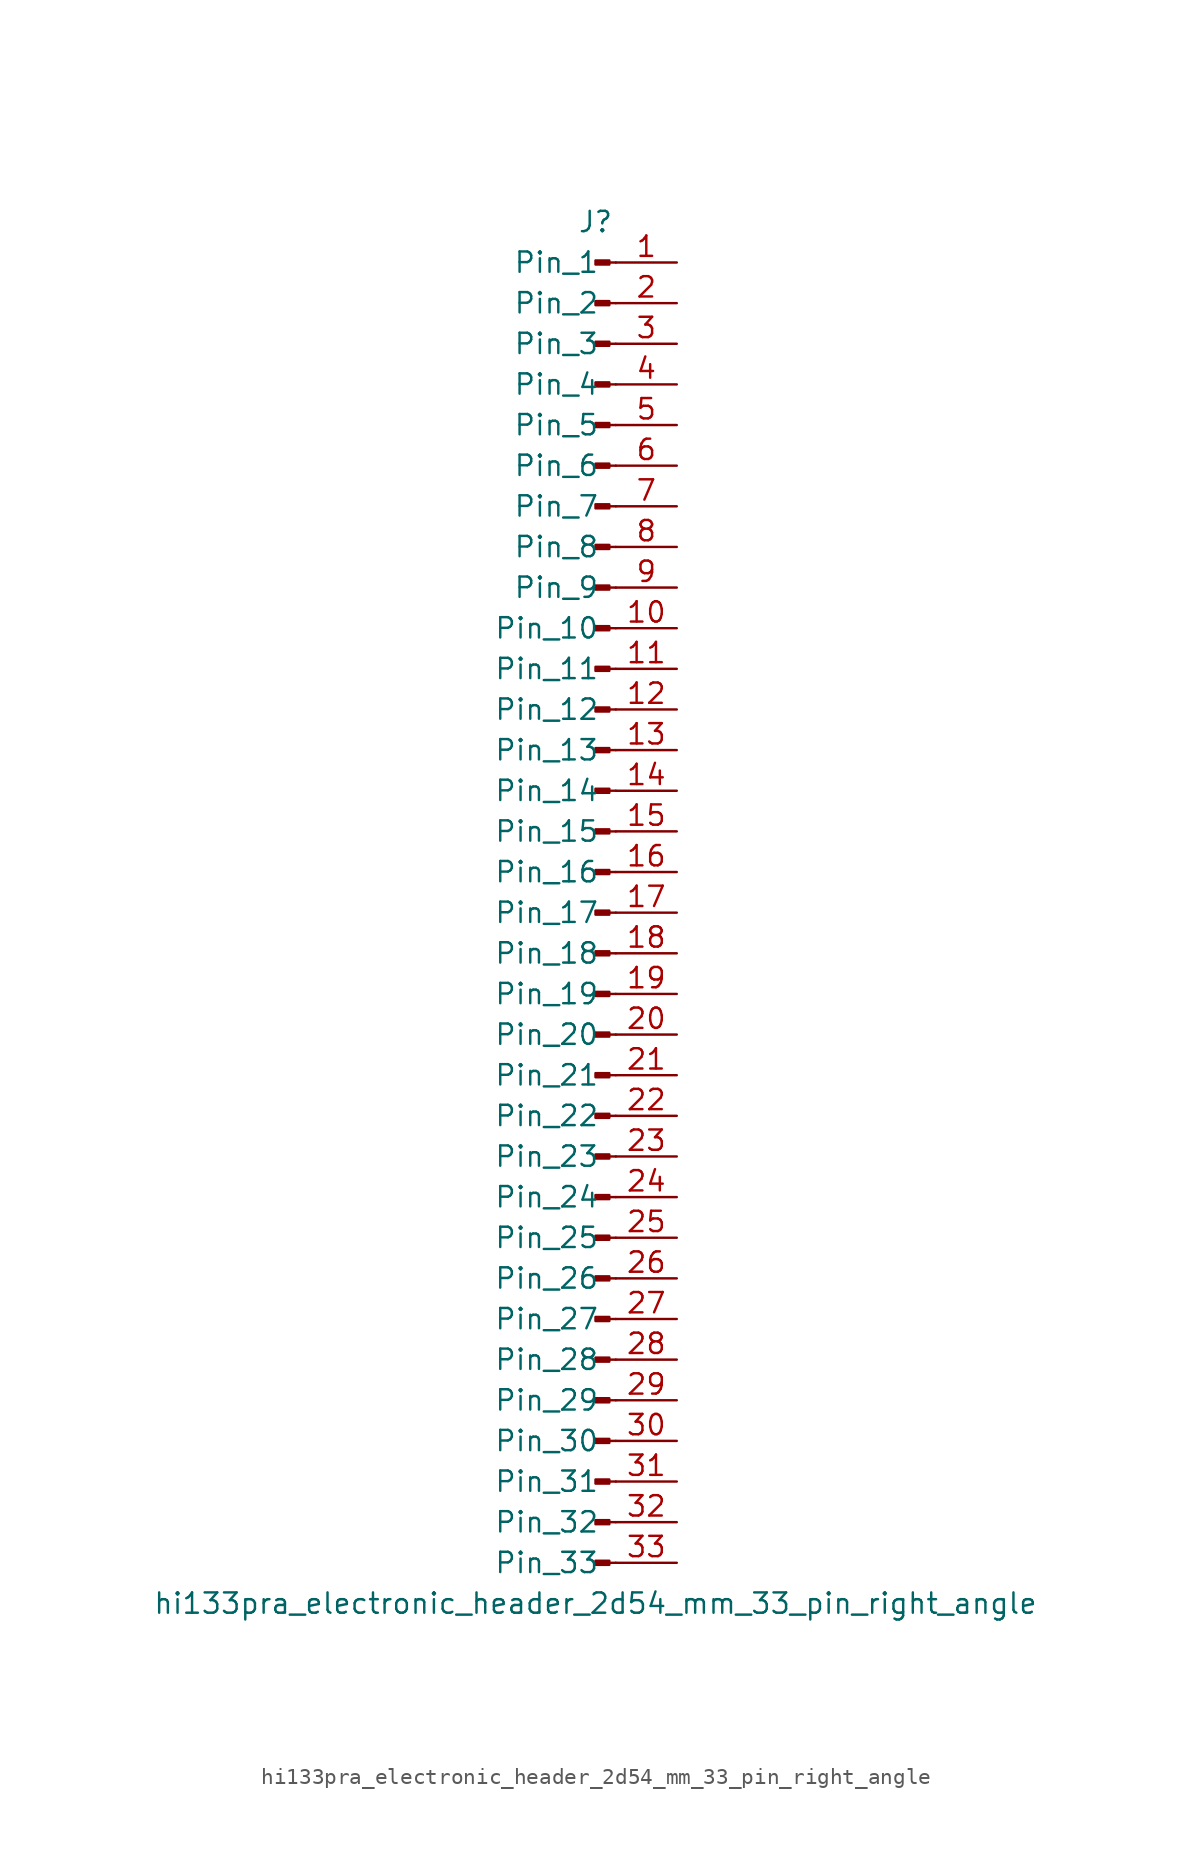
<source format=kicad_sym>
(kicad_symbol_lib
  (version 20220914)
  (generator kicad_symbol_editor)
  (symbol "hi133pra_electronic_header_2d54_mm_33_pin_right_angle"
    (pin_names
      (offset 1.016))
    (property "Reference" "J"
      (at 0 43.18 0)
      (effects (font (size 1.27 1.27))))
    (property "Value" "hi133pra_electronic_header_2d54_mm_33_pin_right_angle"
      (at 0 -43.18 0)
      (effects (font (size 1.27 1.27))))
    (property "ki_locked" ""
      (at 0 0 0)
      (effects (font (size 1.27 1.27))))
    (symbol "hi133pra_electronic_header_2d54_mm_33_pin_right_angle_1_1"
      (polyline (pts (xy 1.27 -40.64) (xy 0.864 -40.64)) (stroke (width 0.152) (type default)) (fill (type none)))
      (polyline (pts (xy 1.27 -38.1) (xy 0.864 -38.1)) (stroke (width 0.152) (type default)) (fill (type none)))
      (polyline (pts (xy 1.27 -35.56) (xy 0.864 -35.56)) (stroke (width 0.152) (type default)) (fill (type none)))
      (polyline (pts (xy 1.27 -33.02) (xy 0.864 -33.02)) (stroke (width 0.152) (type default)) (fill (type none)))
      (polyline (pts (xy 1.27 -30.48) (xy 0.864 -30.48)) (stroke (width 0.152) (type default)) (fill (type none)))
      (polyline (pts (xy 1.27 -27.94) (xy 0.864 -27.94)) (stroke (width 0.152) (type default)) (fill (type none)))
      (polyline (pts (xy 1.27 -25.4) (xy 0.864 -25.4)) (stroke (width 0.152) (type default)) (fill (type none)))
      (polyline (pts (xy 1.27 -22.86) (xy 0.864 -22.86)) (stroke (width 0.152) (type default)) (fill (type none)))
      (polyline (pts (xy 1.27 -20.32) (xy 0.864 -20.32)) (stroke (width 0.152) (type default)) (fill (type none)))
      (polyline (pts (xy 1.27 -17.78) (xy 0.864 -17.78)) (stroke (width 0.152) (type default)) (fill (type none)))
      (polyline (pts (xy 1.27 -15.24) (xy 0.864 -15.24)) (stroke (width 0.152) (type default)) (fill (type none)))
      (polyline (pts (xy 1.27 -12.7) (xy 0.864 -12.7)) (stroke (width 0.152) (type default)) (fill (type none)))
      (polyline (pts (xy 1.27 -10.16) (xy 0.864 -10.16)) (stroke (width 0.152) (type default)) (fill (type none)))
      (polyline (pts (xy 1.27 -7.62) (xy 0.864 -7.62)) (stroke (width 0.152) (type default)) (fill (type none)))
      (polyline (pts (xy 1.27 -5.08) (xy 0.864 -5.08)) (stroke (width 0.152) (type default)) (fill (type none)))
      (polyline (pts (xy 1.27 -2.54) (xy 0.864 -2.54)) (stroke (width 0.152) (type default)) (fill (type none)))
      (polyline (pts (xy 1.27 0) (xy 0.864 0)) (stroke (width 0.152) (type default)) (fill (type none)))
      (polyline (pts (xy 1.27 2.54) (xy 0.864 2.54)) (stroke (width 0.152) (type default)) (fill (type none)))
      (polyline (pts (xy 1.27 5.08) (xy 0.864 5.08)) (stroke (width 0.152) (type default)) (fill (type none)))
      (polyline (pts (xy 1.27 7.62) (xy 0.864 7.62)) (stroke (width 0.152) (type default)) (fill (type none)))
      (polyline (pts (xy 1.27 10.16) (xy 0.864 10.16)) (stroke (width 0.152) (type default)) (fill (type none)))
      (polyline (pts (xy 1.27 12.7) (xy 0.864 12.7)) (stroke (width 0.152) (type default)) (fill (type none)))
      (polyline (pts (xy 1.27 15.24) (xy 0.864 15.24)) (stroke (width 0.152) (type default)) (fill (type none)))
      (polyline (pts (xy 1.27 17.78) (xy 0.864 17.78)) (stroke (width 0.152) (type default)) (fill (type none)))
      (polyline (pts (xy 1.27 20.32) (xy 0.864 20.32)) (stroke (width 0.152) (type default)) (fill (type none)))
      (polyline (pts (xy 1.27 22.86) (xy 0.864 22.86)) (stroke (width 0.152) (type default)) (fill (type none)))
      (polyline (pts (xy 1.27 25.4) (xy 0.864 25.4)) (stroke (width 0.152) (type default)) (fill (type none)))
      (polyline (pts (xy 1.27 27.94) (xy 0.864 27.94)) (stroke (width 0.152) (type default)) (fill (type none)))
      (polyline (pts (xy 1.27 30.48) (xy 0.864 30.48)) (stroke (width 0.152) (type default)) (fill (type none)))
      (polyline (pts (xy 1.27 33.02) (xy 0.864 33.02)) (stroke (width 0.152) (type default)) (fill (type none)))
      (polyline (pts (xy 1.27 35.56) (xy 0.864 35.56)) (stroke (width 0.152) (type default)) (fill (type none)))
      (polyline (pts (xy 1.27 38.1) (xy 0.864 38.1)) (stroke (width 0.152) (type default)) (fill (type none)))
      (polyline (pts (xy 1.27 40.64) (xy 0.864 40.64)) (stroke (width 0.152) (type default)) (fill (type none)))
      (rectangle (start 0.864 -40.513) (end 0 -40.767) (stroke (width 0.152) (type default)) (fill (type outline)))
      (rectangle (start 0.864 -37.973) (end 0 -38.227) (stroke (width 0.152) (type default)) (fill (type outline)))
      (rectangle (start 0.864 -35.433) (end 0 -35.687) (stroke (width 0.152) (type default)) (fill (type outline)))
      (rectangle (start 0.864 -32.893) (end 0 -33.147) (stroke (width 0.152) (type default)) (fill (type outline)))
      (rectangle (start 0.864 -30.353) (end 0 -30.607) (stroke (width 0.152) (type default)) (fill (type outline)))
      (rectangle (start 0.864 -27.813) (end 0 -28.067) (stroke (width 0.152) (type default)) (fill (type outline)))
      (rectangle (start 0.864 -25.273) (end 0 -25.527) (stroke (width 0.152) (type default)) (fill (type outline)))
      (rectangle (start 0.864 -22.733) (end 0 -22.987) (stroke (width 0.152) (type default)) (fill (type outline)))
      (rectangle (start 0.864 -20.193) (end 0 -20.447) (stroke (width 0.152) (type default)) (fill (type outline)))
      (rectangle (start 0.864 -17.653) (end 0 -17.907) (stroke (width 0.152) (type default)) (fill (type outline)))
      (rectangle (start 0.864 -15.113) (end 0 -15.367) (stroke (width 0.152) (type default)) (fill (type outline)))
      (rectangle (start 0.864 -12.573) (end 0 -12.827) (stroke (width 0.152) (type default)) (fill (type outline)))
      (rectangle (start 0.864 -10.033) (end 0 -10.287) (stroke (width 0.152) (type default)) (fill (type outline)))
      (rectangle (start 0.864 -7.493) (end 0 -7.747) (stroke (width 0.152) (type default)) (fill (type outline)))
      (rectangle (start 0.864 -4.953) (end 0 -5.207) (stroke (width 0.152) (type default)) (fill (type outline)))
      (rectangle (start 0.864 -2.413) (end 0 -2.667) (stroke (width 0.152) (type default)) (fill (type outline)))
      (rectangle (start 0.864 0.127) (end 0 -0.127) (stroke (width 0.152) (type default)) (fill (type outline)))
      (rectangle (start 0.864 2.667) (end 0 2.413) (stroke (width 0.152) (type default)) (fill (type outline)))
      (rectangle (start 0.864 5.207) (end 0 4.953) (stroke (width 0.152) (type default)) (fill (type outline)))
      (rectangle (start 0.864 7.747) (end 0 7.493) (stroke (width 0.152) (type default)) (fill (type outline)))
      (rectangle (start 0.864 10.287) (end 0 10.033) (stroke (width 0.152) (type default)) (fill (type outline)))
      (rectangle (start 0.864 12.827) (end 0 12.573) (stroke (width 0.152) (type default)) (fill (type outline)))
      (rectangle (start 0.864 15.367) (end 0 15.113) (stroke (width 0.152) (type default)) (fill (type outline)))
      (rectangle (start 0.864 17.907) (end 0 17.653) (stroke (width 0.152) (type default)) (fill (type outline)))
      (rectangle (start 0.864 20.447) (end 0 20.193) (stroke (width 0.152) (type default)) (fill (type outline)))
      (rectangle (start 0.864 22.987) (end 0 22.733) (stroke (width 0.152) (type default)) (fill (type outline)))
      (rectangle (start 0.864 25.527) (end 0 25.273) (stroke (width 0.152) (type default)) (fill (type outline)))
      (rectangle (start 0.864 28.067) (end 0 27.813) (stroke (width 0.152) (type default)) (fill (type outline)))
      (rectangle (start 0.864 30.607) (end 0 30.353) (stroke (width 0.152) (type default)) (fill (type outline)))
      (rectangle (start 0.864 33.147) (end 0 32.893) (stroke (width 0.152) (type default)) (fill (type outline)))
      (rectangle (start 0.864 35.687) (end 0 35.433) (stroke (width 0.152) (type default)) (fill (type outline)))
      (rectangle (start 0.864 38.227) (end 0 37.973) (stroke (width 0.152) (type default)) (fill (type outline)))
      (rectangle (start 0.864 40.767) (end 0 40.513) (stroke (width 0.152) (type default)) (fill (type outline)))
      (pin passive line (at 5.08 40.64 180) (length 3.81) (name "Pin_1" (effects (font (size 1.27 1.27)))) (number "1" (effects (font (size 1.27 1.27)))))
      (pin passive line (at 5.08 17.78 180) (length 3.81) (name "Pin_10" (effects (font (size 1.27 1.27)))) (number "10" (effects (font (size 1.27 1.27)))))
      (pin passive line (at 5.08 15.24 180) (length 3.81) (name "Pin_11" (effects (font (size 1.27 1.27)))) (number "11" (effects (font (size 1.27 1.27)))))
      (pin passive line (at 5.08 12.7 180) (length 3.81) (name "Pin_12" (effects (font (size 1.27 1.27)))) (number "12" (effects (font (size 1.27 1.27)))))
      (pin passive line (at 5.08 10.16 180) (length 3.81) (name "Pin_13" (effects (font (size 1.27 1.27)))) (number "13" (effects (font (size 1.27 1.27)))))
      (pin passive line (at 5.08 7.62 180) (length 3.81) (name "Pin_14" (effects (font (size 1.27 1.27)))) (number "14" (effects (font (size 1.27 1.27)))))
      (pin passive line (at 5.08 5.08 180) (length 3.81) (name "Pin_15" (effects (font (size 1.27 1.27)))) (number "15" (effects (font (size 1.27 1.27)))))
      (pin passive line (at 5.08 2.54 180) (length 3.81) (name "Pin_16" (effects (font (size 1.27 1.27)))) (number "16" (effects (font (size 1.27 1.27)))))
      (pin passive line (at 5.08 0 180) (length 3.81) (name "Pin_17" (effects (font (size 1.27 1.27)))) (number "17" (effects (font (size 1.27 1.27)))))
      (pin passive line (at 5.08 -2.54 180) (length 3.81) (name "Pin_18" (effects (font (size 1.27 1.27)))) (number "18" (effects (font (size 1.27 1.27)))))
      (pin passive line (at 5.08 -5.08 180) (length 3.81) (name "Pin_19" (effects (font (size 1.27 1.27)))) (number "19" (effects (font (size 1.27 1.27)))))
      (pin passive line (at 5.08 38.1 180) (length 3.81) (name "Pin_2" (effects (font (size 1.27 1.27)))) (number "2" (effects (font (size 1.27 1.27)))))
      (pin passive line (at 5.08 -7.62 180) (length 3.81) (name "Pin_20" (effects (font (size 1.27 1.27)))) (number "20" (effects (font (size 1.27 1.27)))))
      (pin passive line (at 5.08 -10.16 180) (length 3.81) (name "Pin_21" (effects (font (size 1.27 1.27)))) (number "21" (effects (font (size 1.27 1.27)))))
      (pin passive line (at 5.08 -12.7 180) (length 3.81) (name "Pin_22" (effects (font (size 1.27 1.27)))) (number "22" (effects (font (size 1.27 1.27)))))
      (pin passive line (at 5.08 -15.24 180) (length 3.81) (name "Pin_23" (effects (font (size 1.27 1.27)))) (number "23" (effects (font (size 1.27 1.27)))))
      (pin passive line (at 5.08 -17.78 180) (length 3.81) (name "Pin_24" (effects (font (size 1.27 1.27)))) (number "24" (effects (font (size 1.27 1.27)))))
      (pin passive line (at 5.08 -20.32 180) (length 3.81) (name "Pin_25" (effects (font (size 1.27 1.27)))) (number "25" (effects (font (size 1.27 1.27)))))
      (pin passive line (at 5.08 -22.86 180) (length 3.81) (name "Pin_26" (effects (font (size 1.27 1.27)))) (number "26" (effects (font (size 1.27 1.27)))))
      (pin passive line (at 5.08 -25.4 180) (length 3.81) (name "Pin_27" (effects (font (size 1.27 1.27)))) (number "27" (effects (font (size 1.27 1.27)))))
      (pin passive line (at 5.08 -27.94 180) (length 3.81) (name "Pin_28" (effects (font (size 1.27 1.27)))) (number "28" (effects (font (size 1.27 1.27)))))
      (pin passive line (at 5.08 -30.48 180) (length 3.81) (name "Pin_29" (effects (font (size 1.27 1.27)))) (number "29" (effects (font (size 1.27 1.27)))))
      (pin passive line (at 5.08 35.56 180) (length 3.81) (name "Pin_3" (effects (font (size 1.27 1.27)))) (number "3" (effects (font (size 1.27 1.27)))))
      (pin passive line (at 5.08 -33.02 180) (length 3.81) (name "Pin_30" (effects (font (size 1.27 1.27)))) (number "30" (effects (font (size 1.27 1.27)))))
      (pin passive line (at 5.08 -35.56 180) (length 3.81) (name "Pin_31" (effects (font (size 1.27 1.27)))) (number "31" (effects (font (size 1.27 1.27)))))
      (pin passive line (at 5.08 -38.1 180) (length 3.81) (name "Pin_32" (effects (font (size 1.27 1.27)))) (number "32" (effects (font (size 1.27 1.27)))))
      (pin passive line (at 5.08 -40.64 180) (length 3.81) (name "Pin_33" (effects (font (size 1.27 1.27)))) (number "33" (effects (font (size 1.27 1.27)))))
      (pin passive line (at 5.08 33.02 180) (length 3.81) (name "Pin_4" (effects (font (size 1.27 1.27)))) (number "4" (effects (font (size 1.27 1.27)))))
      (pin passive line (at 5.08 30.48 180) (length 3.81) (name "Pin_5" (effects (font (size 1.27 1.27)))) (number "5" (effects (font (size 1.27 1.27)))))
      (pin passive line (at 5.08 27.94 180) (length 3.81) (name "Pin_6" (effects (font (size 1.27 1.27)))) (number "6" (effects (font (size 1.27 1.27)))))
      (pin passive line (at 5.08 25.4 180) (length 3.81) (name "Pin_7" (effects (font (size 1.27 1.27)))) (number "7" (effects (font (size 1.27 1.27)))))
      (pin passive line (at 5.08 22.86 180) (length 3.81) (name "Pin_8" (effects (font (size 1.27 1.27)))) (number "8" (effects (font (size 1.27 1.27)))))
      (pin passive line (at 5.08 20.32 180) (length 3.81) (name "Pin_9" (effects (font (size 1.27 1.27)))) (number "9" (effects (font (size 1.27 1.27))))))))
</source>
